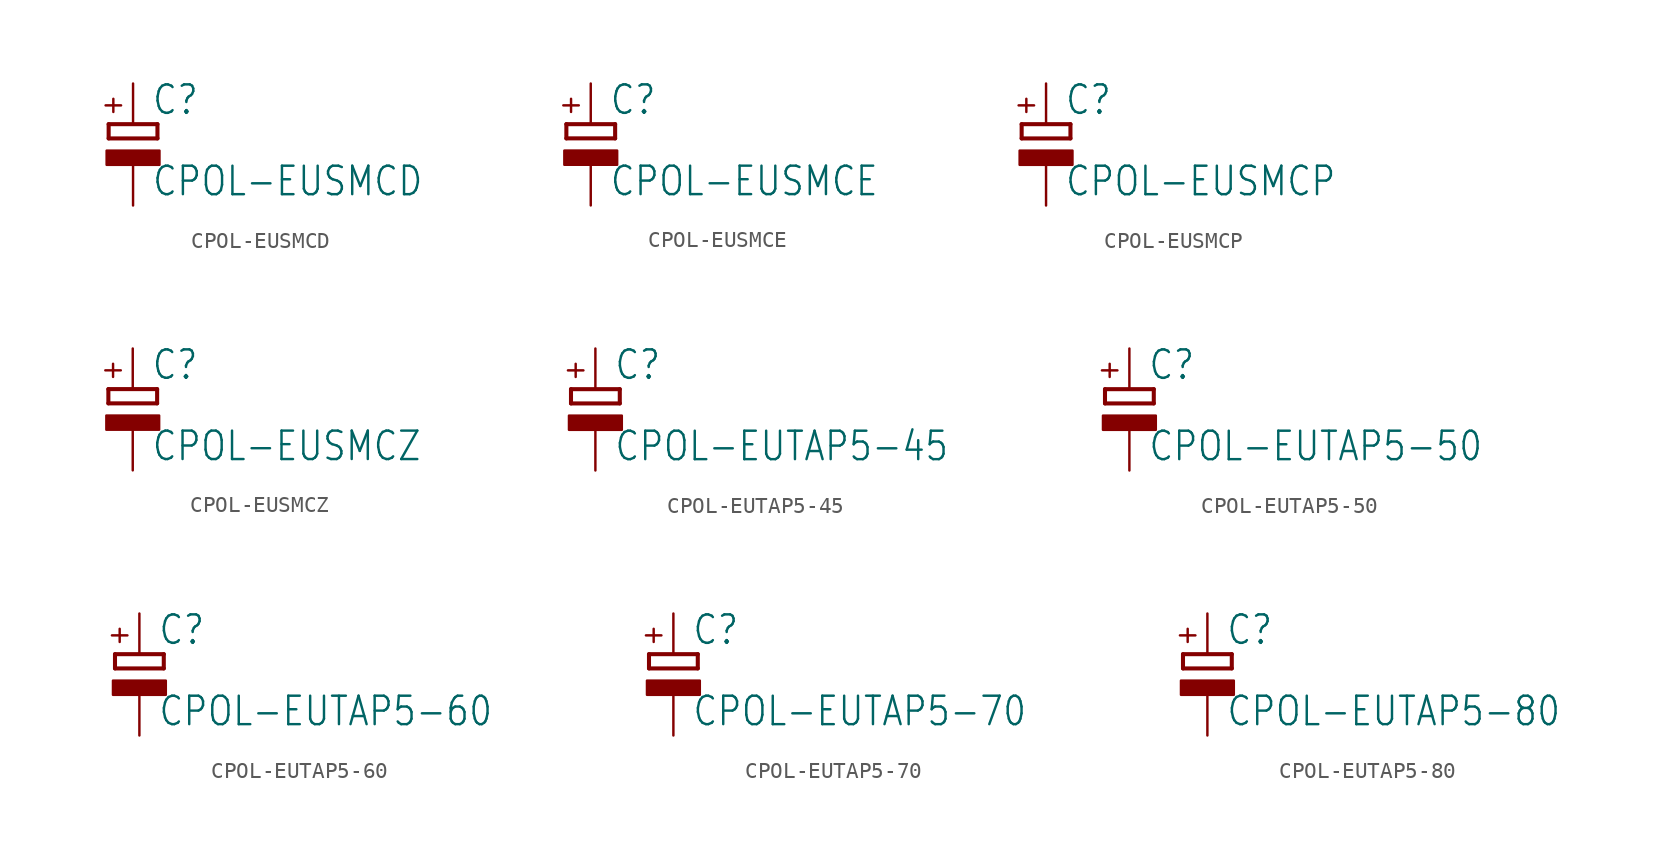
<source format=kicad_sym>
(kicad_symbol_lib
  (version 20210619)
  (generator kicad_symbol_editor)
  (symbol "CPOL-EUSMCD"
    (property "Reference" "C"
      (at 1.143 0.483 0)
      (effects (font (size 1.778 1.511)) (justify left bottom)))
    (property "Value" "CPOL-EUSMCD"
      (at 1.143 -4.597 0)
      (effects (font (size 1.778 1.511)) (justify left bottom)))
    (property "ki_locked" ""
      (at 0 0 0)
      (effects (font (size 1.27 1.27))))
    (symbol "CPOL-EUSMCD_1_0"
      (text "+" (at -0.584 0.406 900) (effects (font (size 1.27 1.079)) (justify left bottom)))
      (rectangle (start -1.651 -2.54) (end 1.651 -1.651) (stroke (width 0)) (fill (type outline)))
      (polyline (pts (xy -1.524 -0.889) (xy 1.524 -0.889)) (stroke (width 0.254)) (fill (type none)))
      (polyline (pts (xy -1.524 0) (xy -1.524 -0.889)) (stroke (width 0.254)) (fill (type none)))
      (polyline (pts (xy -1.524 0) (xy 1.524 0)) (stroke (width 0.254)) (fill (type none)))
      (polyline (pts (xy 1.524 -0.889) (xy 1.524 0)) (stroke (width 0.254)) (fill (type none)))
      (pin passive line (at 0 2.54 270) (length 2.54) (name "+" (effects (font (size 0 0)))) (number "+" (effects (font (size 0 0)))))
      (pin passive line (at 0 -5.08 90) (length 2.54) (name "-" (effects (font (size 0 0)))) (number "-" (effects (font (size 0 0)))))))
  (symbol "CPOL-EUSMCE"
    (property "Reference" "C"
      (at 1.143 0.483 0)
      (effects (font (size 1.778 1.511)) (justify left bottom)))
    (property "Value" "CPOL-EUSMCE"
      (at 1.143 -4.597 0)
      (effects (font (size 1.778 1.511)) (justify left bottom)))
    (property "ki_locked" ""
      (at 0 0 0)
      (effects (font (size 1.27 1.27))))
    (symbol "CPOL-EUSMCE_1_0"
      (text "+" (at -0.584 0.406 900) (effects (font (size 1.27 1.079)) (justify left bottom)))
      (rectangle (start -1.651 -2.54) (end 1.651 -1.651) (stroke (width 0)) (fill (type outline)))
      (polyline (pts (xy -1.524 -0.889) (xy 1.524 -0.889)) (stroke (width 0.254)) (fill (type none)))
      (polyline (pts (xy -1.524 0) (xy -1.524 -0.889)) (stroke (width 0.254)) (fill (type none)))
      (polyline (pts (xy -1.524 0) (xy 1.524 0)) (stroke (width 0.254)) (fill (type none)))
      (polyline (pts (xy 1.524 -0.889) (xy 1.524 0)) (stroke (width 0.254)) (fill (type none)))
      (pin passive line (at 0 2.54 270) (length 2.54) (name "+" (effects (font (size 0 0)))) (number "+" (effects (font (size 0 0)))))
      (pin passive line (at 0 -5.08 90) (length 2.54) (name "-" (effects (font (size 0 0)))) (number "-" (effects (font (size 0 0)))))))
  (symbol "CPOL-EUSMCP"
    (property "Reference" "C"
      (at 1.143 0.483 0)
      (effects (font (size 1.778 1.511)) (justify left bottom)))
    (property "Value" "CPOL-EUSMCP"
      (at 1.143 -4.597 0)
      (effects (font (size 1.778 1.511)) (justify left bottom)))
    (property "ki_locked" ""
      (at 0 0 0)
      (effects (font (size 1.27 1.27))))
    (symbol "CPOL-EUSMCP_1_0"
      (text "+" (at -0.584 0.406 900) (effects (font (size 1.27 1.079)) (justify left bottom)))
      (rectangle (start -1.651 -2.54) (end 1.651 -1.651) (stroke (width 0)) (fill (type outline)))
      (polyline (pts (xy -1.524 -0.889) (xy 1.524 -0.889)) (stroke (width 0.254)) (fill (type none)))
      (polyline (pts (xy -1.524 0) (xy -1.524 -0.889)) (stroke (width 0.254)) (fill (type none)))
      (polyline (pts (xy -1.524 0) (xy 1.524 0)) (stroke (width 0.254)) (fill (type none)))
      (polyline (pts (xy 1.524 -0.889) (xy 1.524 0)) (stroke (width 0.254)) (fill (type none)))
      (pin passive line (at 0 2.54 270) (length 2.54) (name "+" (effects (font (size 0 0)))) (number "+" (effects (font (size 0 0)))))
      (pin passive line (at 0 -5.08 90) (length 2.54) (name "-" (effects (font (size 0 0)))) (number "-" (effects (font (size 0 0)))))))
  (symbol "CPOL-EUSMCZ"
    (property "Reference" "C"
      (at 1.143 0.483 0)
      (effects (font (size 1.778 1.511)) (justify left bottom)))
    (property "Value" "CPOL-EUSMCZ"
      (at 1.143 -4.597 0)
      (effects (font (size 1.778 1.511)) (justify left bottom)))
    (property "ki_locked" ""
      (at 0 0 0)
      (effects (font (size 1.27 1.27))))
    (symbol "CPOL-EUSMCZ_1_0"
      (text "+" (at -0.584 0.406 900) (effects (font (size 1.27 1.079)) (justify left bottom)))
      (rectangle (start -1.651 -2.54) (end 1.651 -1.651) (stroke (width 0)) (fill (type outline)))
      (polyline (pts (xy -1.524 -0.889) (xy 1.524 -0.889)) (stroke (width 0.254)) (fill (type none)))
      (polyline (pts (xy -1.524 0) (xy -1.524 -0.889)) (stroke (width 0.254)) (fill (type none)))
      (polyline (pts (xy -1.524 0) (xy 1.524 0)) (stroke (width 0.254)) (fill (type none)))
      (polyline (pts (xy 1.524 -0.889) (xy 1.524 0)) (stroke (width 0.254)) (fill (type none)))
      (pin passive line (at 0 2.54 270) (length 2.54) (name "+" (effects (font (size 0 0)))) (number "+" (effects (font (size 0 0)))))
      (pin passive line (at 0 -5.08 90) (length 2.54) (name "-" (effects (font (size 0 0)))) (number "-" (effects (font (size 0 0)))))))
  (symbol "CPOL-EUTAP5-45"
    (property "Reference" "C"
      (at 1.143 0.483 0)
      (effects (font (size 1.778 1.511)) (justify left bottom)))
    (property "Value" "CPOL-EUTAP5-45"
      (at 1.143 -4.597 0)
      (effects (font (size 1.778 1.511)) (justify left bottom)))
    (property "ki_locked" ""
      (at 0 0 0)
      (effects (font (size 1.27 1.27))))
    (symbol "CPOL-EUTAP5-45_1_0"
      (text "+" (at -0.584 0.406 900) (effects (font (size 1.27 1.079)) (justify left bottom)))
      (rectangle (start -1.651 -2.54) (end 1.651 -1.651) (stroke (width 0)) (fill (type outline)))
      (polyline (pts (xy -1.524 -0.889) (xy 1.524 -0.889)) (stroke (width 0.254)) (fill (type none)))
      (polyline (pts (xy -1.524 0) (xy -1.524 -0.889)) (stroke (width 0.254)) (fill (type none)))
      (polyline (pts (xy -1.524 0) (xy 1.524 0)) (stroke (width 0.254)) (fill (type none)))
      (polyline (pts (xy 1.524 -0.889) (xy 1.524 0)) (stroke (width 0.254)) (fill (type none)))
      (pin passive line (at 0 2.54 270) (length 2.54) (name "+" (effects (font (size 0 0)))) (number "+" (effects (font (size 0 0)))))
      (pin passive line (at 0 -5.08 90) (length 2.54) (name "-" (effects (font (size 0 0)))) (number "-" (effects (font (size 0 0)))))))
  (symbol "CPOL-EUTAP5-50"
    (property "Reference" "C"
      (at 1.143 0.483 0)
      (effects (font (size 1.778 1.511)) (justify left bottom)))
    (property "Value" "CPOL-EUTAP5-50"
      (at 1.143 -4.597 0)
      (effects (font (size 1.778 1.511)) (justify left bottom)))
    (property "ki_locked" ""
      (at 0 0 0)
      (effects (font (size 1.27 1.27))))
    (symbol "CPOL-EUTAP5-50_1_0"
      (text "+" (at -0.584 0.406 900) (effects (font (size 1.27 1.079)) (justify left bottom)))
      (rectangle (start -1.651 -2.54) (end 1.651 -1.651) (stroke (width 0)) (fill (type outline)))
      (polyline (pts (xy -1.524 -0.889) (xy 1.524 -0.889)) (stroke (width 0.254)) (fill (type none)))
      (polyline (pts (xy -1.524 0) (xy -1.524 -0.889)) (stroke (width 0.254)) (fill (type none)))
      (polyline (pts (xy -1.524 0) (xy 1.524 0)) (stroke (width 0.254)) (fill (type none)))
      (polyline (pts (xy 1.524 -0.889) (xy 1.524 0)) (stroke (width 0.254)) (fill (type none)))
      (pin passive line (at 0 2.54 270) (length 2.54) (name "+" (effects (font (size 0 0)))) (number "+" (effects (font (size 0 0)))))
      (pin passive line (at 0 -5.08 90) (length 2.54) (name "-" (effects (font (size 0 0)))) (number "-" (effects (font (size 0 0)))))))
  (symbol "CPOL-EUTAP5-60"
    (property "Reference" "C"
      (at 1.143 0.483 0)
      (effects (font (size 1.778 1.511)) (justify left bottom)))
    (property "Value" "CPOL-EUTAP5-60"
      (at 1.143 -4.597 0)
      (effects (font (size 1.778 1.511)) (justify left bottom)))
    (property "ki_locked" ""
      (at 0 0 0)
      (effects (font (size 1.27 1.27))))
    (symbol "CPOL-EUTAP5-60_1_0"
      (text "+" (at -0.584 0.406 900) (effects (font (size 1.27 1.079)) (justify left bottom)))
      (rectangle (start -1.651 -2.54) (end 1.651 -1.651) (stroke (width 0)) (fill (type outline)))
      (polyline (pts (xy -1.524 -0.889) (xy 1.524 -0.889)) (stroke (width 0.254)) (fill (type none)))
      (polyline (pts (xy -1.524 0) (xy -1.524 -0.889)) (stroke (width 0.254)) (fill (type none)))
      (polyline (pts (xy -1.524 0) (xy 1.524 0)) (stroke (width 0.254)) (fill (type none)))
      (polyline (pts (xy 1.524 -0.889) (xy 1.524 0)) (stroke (width 0.254)) (fill (type none)))
      (pin passive line (at 0 2.54 270) (length 2.54) (name "+" (effects (font (size 0 0)))) (number "+" (effects (font (size 0 0)))))
      (pin passive line (at 0 -5.08 90) (length 2.54) (name "-" (effects (font (size 0 0)))) (number "-" (effects (font (size 0 0)))))))
  (symbol "CPOL-EUTAP5-70"
    (property "Reference" "C"
      (at 1.143 0.483 0)
      (effects (font (size 1.778 1.511)) (justify left bottom)))
    (property "Value" "CPOL-EUTAP5-70"
      (at 1.143 -4.597 0)
      (effects (font (size 1.778 1.511)) (justify left bottom)))
    (property "ki_locked" ""
      (at 0 0 0)
      (effects (font (size 1.27 1.27))))
    (symbol "CPOL-EUTAP5-70_1_0"
      (text "+" (at -0.584 0.406 900) (effects (font (size 1.27 1.079)) (justify left bottom)))
      (rectangle (start -1.651 -2.54) (end 1.651 -1.651) (stroke (width 0)) (fill (type outline)))
      (polyline (pts (xy -1.524 -0.889) (xy 1.524 -0.889)) (stroke (width 0.254)) (fill (type none)))
      (polyline (pts (xy -1.524 0) (xy -1.524 -0.889)) (stroke (width 0.254)) (fill (type none)))
      (polyline (pts (xy -1.524 0) (xy 1.524 0)) (stroke (width 0.254)) (fill (type none)))
      (polyline (pts (xy 1.524 -0.889) (xy 1.524 0)) (stroke (width 0.254)) (fill (type none)))
      (pin passive line (at 0 2.54 270) (length 2.54) (name "+" (effects (font (size 0 0)))) (number "+" (effects (font (size 0 0)))))
      (pin passive line (at 0 -5.08 90) (length 2.54) (name "-" (effects (font (size 0 0)))) (number "-" (effects (font (size 0 0)))))))
  (symbol "CPOL-EUTAP5-80"
    (property "Reference" "C"
      (at 1.143 0.483 0)
      (effects (font (size 1.778 1.511)) (justify left bottom)))
    (property "Value" "CPOL-EUTAP5-80"
      (at 1.143 -4.597 0)
      (effects (font (size 1.778 1.511)) (justify left bottom)))
    (property "ki_locked" ""
      (at 0 0 0)
      (effects (font (size 1.27 1.27))))
    (symbol "CPOL-EUTAP5-80_1_0"
      (text "+" (at -0.584 0.406 900) (effects (font (size 1.27 1.079)) (justify left bottom)))
      (rectangle (start -1.651 -2.54) (end 1.651 -1.651) (stroke (width 0)) (fill (type outline)))
      (polyline (pts (xy -1.524 -0.889) (xy 1.524 -0.889)) (stroke (width 0.254)) (fill (type none)))
      (polyline (pts (xy -1.524 0) (xy -1.524 -0.889)) (stroke (width 0.254)) (fill (type none)))
      (polyline (pts (xy -1.524 0) (xy 1.524 0)) (stroke (width 0.254)) (fill (type none)))
      (polyline (pts (xy 1.524 -0.889) (xy 1.524 0)) (stroke (width 0.254)) (fill (type none)))
      (pin passive line (at 0 2.54 270) (length 2.54) (name "+" (effects (font (size 0 0)))) (number "+" (effects (font (size 0 0)))))
      (pin passive line (at 0 -5.08 90) (length 2.54) (name "-" (effects (font (size 0 0)))) (number "-" (effects (font (size 0 0))))))))
</source>
